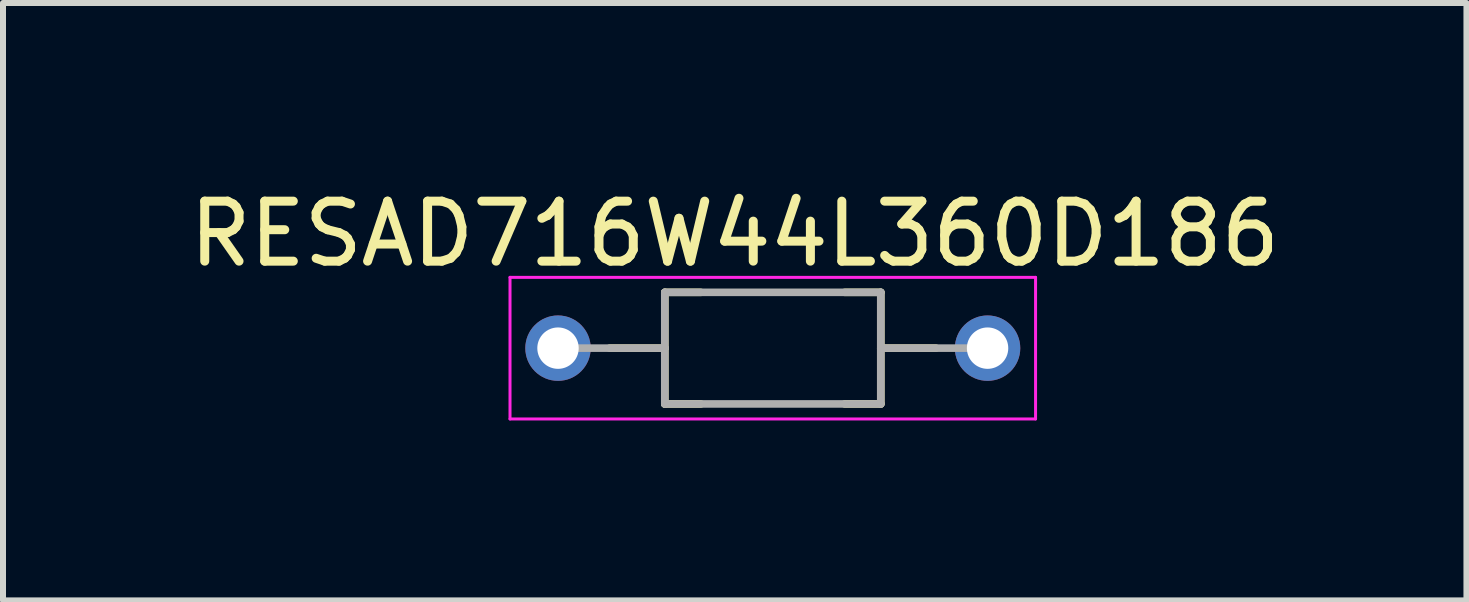
<source format=kicad_pcb>
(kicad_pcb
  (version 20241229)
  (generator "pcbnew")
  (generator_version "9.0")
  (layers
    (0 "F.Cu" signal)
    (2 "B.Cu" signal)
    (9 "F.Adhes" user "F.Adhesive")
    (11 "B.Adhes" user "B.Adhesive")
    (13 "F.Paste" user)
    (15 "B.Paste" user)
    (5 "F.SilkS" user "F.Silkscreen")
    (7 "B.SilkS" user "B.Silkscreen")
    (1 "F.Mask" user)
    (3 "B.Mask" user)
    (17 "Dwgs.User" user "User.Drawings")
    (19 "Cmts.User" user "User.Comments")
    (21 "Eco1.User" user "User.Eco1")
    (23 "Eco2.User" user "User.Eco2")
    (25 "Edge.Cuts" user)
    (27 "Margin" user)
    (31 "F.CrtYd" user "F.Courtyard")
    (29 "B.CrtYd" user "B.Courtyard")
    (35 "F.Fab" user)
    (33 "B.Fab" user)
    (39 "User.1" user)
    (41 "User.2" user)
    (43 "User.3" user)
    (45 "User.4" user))
  (footprint "RESAD716W44L360D186"
    (layer "F.Cu")
    (at 9.831 2.753)
    (property "Reference" "RESAD716W44L360D186" (at -0.635 -1.905 0) (layer "F.SilkS") (effects (font (size 1 1) (thickness 0.15))))
    (attr through_hole)
    (fp_line (start -1.8 -0.93) (end -1.8 0) (stroke (width 0.127) (type solid)) (layer "F.SilkS"))
    (fp_line (start -1.8 0) (end -2.72 0) (stroke (width 0.127) (type solid)) (layer "F.SilkS"))
    (fp_line (start -1.8 0) (end -1.8 0.93) (stroke (width 0.127) (type solid)) (layer "F.SilkS"))
    (fp_line (start -1.8 0.93) (end -1.2 0.93) (stroke (width 0.127) (type solid)) (layer "F.SilkS"))
    (fp_line (start -1.2 -0.93) (end -1.8 -0.93) (stroke (width 0.127) (type solid)) (layer "F.SilkS"))
    (fp_line (start 1.2 -0.93) (end 1.8 -0.93) (stroke (width 0.127) (type solid)) (layer "F.SilkS"))
    (fp_line (start 1.2 0.93) (end 1.8 0.93) (stroke (width 0.127) (type solid)) (layer "F.SilkS"))
    (fp_line (start 1.8 -0.93) (end 1.8 0) (stroke (width 0.127) (type solid)) (layer "F.SilkS"))
    (fp_line (start 1.8 0) (end 1.8 0.93) (stroke (width 0.127) (type solid)) (layer "F.SilkS"))
    (fp_line (start 1.8 0) (end 2.72 0) (stroke (width 0.127) (type solid)) (layer "F.SilkS"))
    (fp_line (start -4.38 -1.18) (end 4.38 -1.18) (stroke (width 0.05) (type solid)) (layer "F.CrtYd"))
    (fp_line (start -4.38 1.18) (end -4.38 -1.18) (stroke (width 0.05) (type solid)) (layer "F.CrtYd"))
    (fp_line (start 4.38 -1.18) (end 4.38 1.18) (stroke (width 0.05) (type solid)) (layer "F.CrtYd"))
    (fp_line (start 4.38 1.18) (end -4.38 1.18) (stroke (width 0.05) (type solid)) (layer "F.CrtYd"))
    (fp_line (start -1.8 -0.93) (end 1.8 -0.93) (stroke (width 0.127) (type solid)) (layer "F.Fab"))
    (fp_line (start -1.8 0) (end -3.58 0) (stroke (width 0.127) (type solid)) (layer "F.Fab"))
    (fp_line (start -1.8 0) (end -1.8 -0.93) (stroke (width 0.127) (type solid)) (layer "F.Fab"))
    (fp_line (start -1.8 0.93) (end -1.8 0) (stroke (width 0.127) (type solid)) (layer "F.Fab"))
    (fp_line (start 1.8 -0.93) (end 1.8 0) (stroke (width 0.127) (type solid)) (layer "F.Fab"))
    (fp_line (start 1.8 0) (end 1.8 0.93) (stroke (width 0.127) (type solid)) (layer "F.Fab"))
    (fp_line (start 1.8 0) (end 3.58 0) (stroke (width 0.127) (type solid)) (layer "F.Fab"))
    (fp_line (start 1.8 0.93) (end -1.8 0.93) (stroke (width 0.127) (type solid)) (layer "F.Fab"))
    (pad "1" thru_hole circle (at -3.58 0) (size 1.09 1.09) (drill 0.69) (layers "*.Cu" "*.Mask"))
    (pad "2" thru_hole circle (at 3.58 0) (size 1.09 1.09) (drill 0.69) (layers "*.Cu" "*.Mask")))
  (gr_rect
    (start -3 -3)
    (end 21.393 6.958)
    (stroke (width 0.1) (type default))
    (fill no)
    (layer "Edge.Cuts")))
</source>
